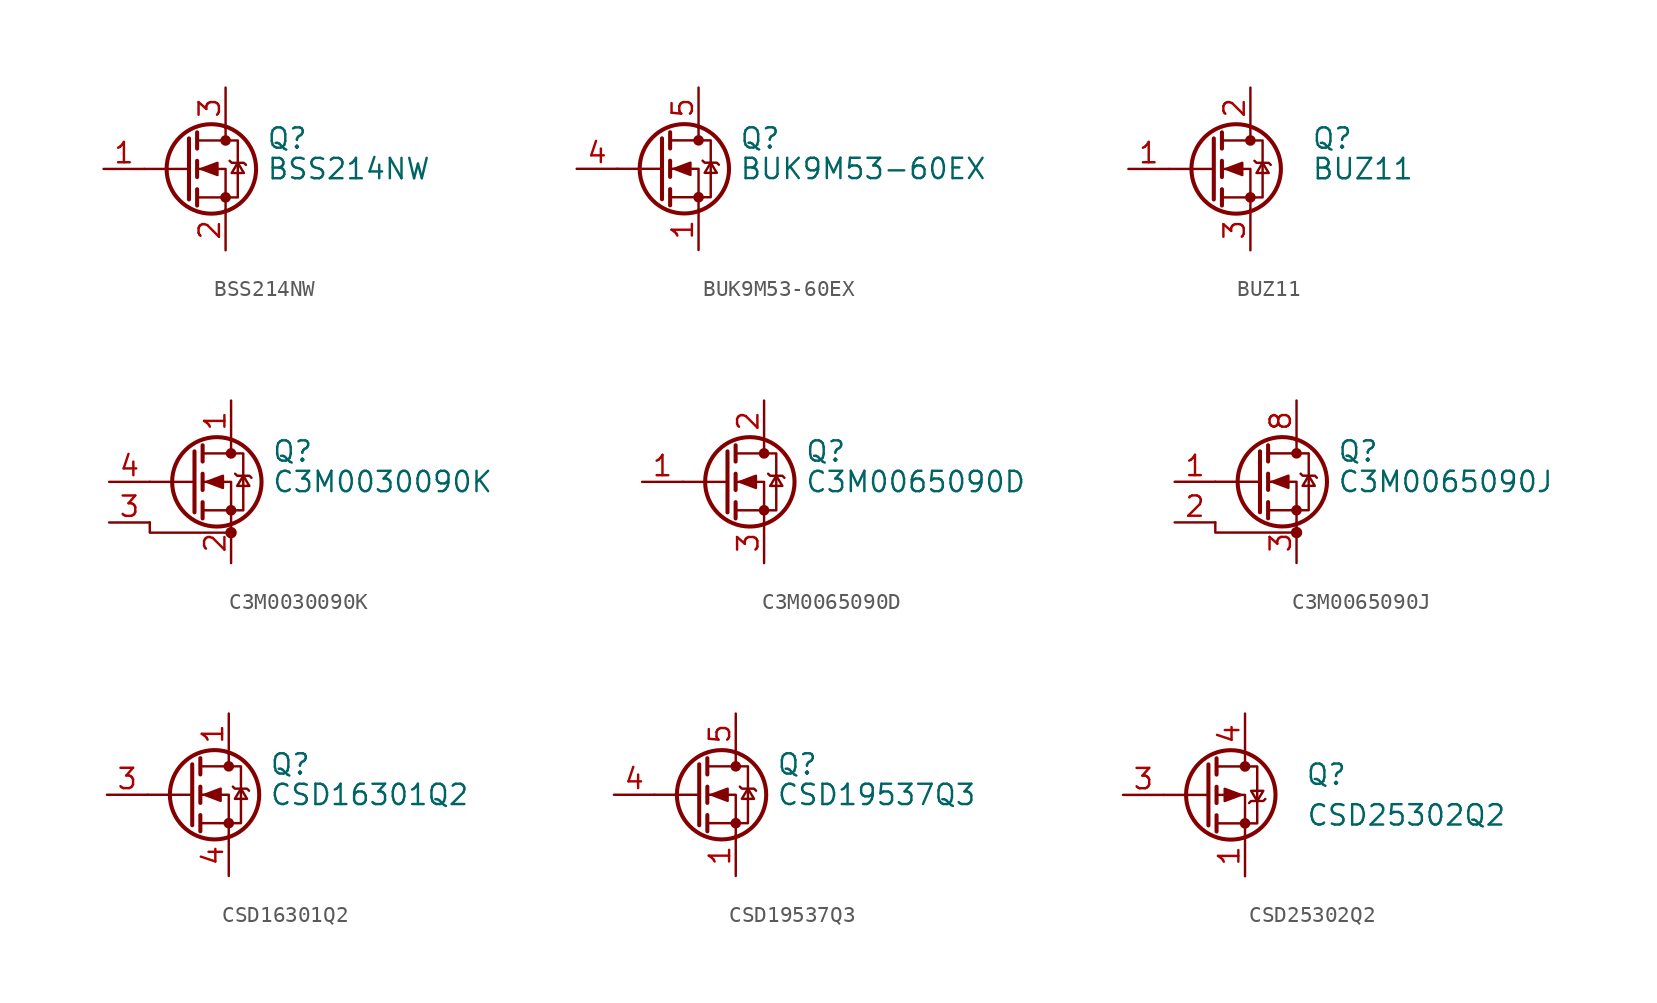
<source format=kicad_sym>
(kicad_symbol_lib
  (version 20210619)
  (generator kicad_symbol_editor)
  (symbol "Transistor_FET:BSS214NW"
    (pin_names hide)
    (property "Reference" "Q"
      (at 5.08 1.905 0)
      (effects (font (size 1.27 1.27)) (justify left)))
    (property "Value" "BSS214NW"
      (at 5.08 0 0)
      (effects (font (size 1.27 1.27)) (justify left)))
    (symbol "BSS214NW_0_1"
      (circle (center 1.651 0) (radius 2.794) (stroke (width 0.254)) (fill (type none)))
      (circle (center 2.54 -1.778) (radius 0.254) (stroke (width 0)) (fill (type outline)))
      (circle (center 2.54 1.778) (radius 0.254) (stroke (width 0)) (fill (type outline)))
      (polyline (pts (xy 0.254 0) (xy -2.54 0)) (stroke (width 0)) (fill (type none)))
      (polyline (pts (xy 0.254 1.905) (xy 0.254 -1.905)) (stroke (width 0.254)) (fill (type none)))
      (polyline (pts (xy 0.762 -1.27) (xy 0.762 -2.286)) (stroke (width 0.254)) (fill (type none)))
      (polyline (pts (xy 0.762 0.508) (xy 0.762 -0.508)) (stroke (width 0.254)) (fill (type none)))
      (polyline (pts (xy 0.762 2.286) (xy 0.762 1.27)) (stroke (width 0.254)) (fill (type none)))
      (polyline (pts (xy 2.54 2.54) (xy 2.54 1.778)) (stroke (width 0)) (fill (type none)))
      (polyline (pts (xy 2.54 -2.54) (xy 2.54 0) (xy 0.762 0)) (stroke (width 0)) (fill (type none)))
      (polyline (pts (xy 0.762 -1.778) (xy 3.302 -1.778) (xy 3.302 1.778) (xy 0.762 1.778)) (stroke (width 0)) (fill (type none)))
      (polyline (pts (xy 2.794 0.508) (xy 2.921 0.381) (xy 3.683 0.381) (xy 3.81 0.254)) (stroke (width 0)) (fill (type none)))
      (polyline (pts (xy 3.302 0.381) (xy 2.921 -0.254) (xy 3.683 -0.254) (xy 3.302 0.381)) (stroke (width 0)) (fill (type none)))
      (polyline (pts (xy 1.016 0) (xy 2.032 0.381) (xy 2.032 -0.381) (xy 1.016 0)) (stroke (width 0)) (fill (type outline))))
    (symbol "BSS214NW_1_1"
      (pin input line (at -5.08 0 0) (length 2.54) (name "G" (effects (font (size 1.27 1.27)))) (number "1" (effects (font (size 1.27 1.27)))))
      (pin passive line (at 2.54 -5.08 90) (length 2.54) (name "S" (effects (font (size 1.27 1.27)))) (number "2" (effects (font (size 1.27 1.27)))))
      (pin passive line (at 2.54 5.08 270) (length 2.54) (name "D" (effects (font (size 1.27 1.27)))) (number "3" (effects (font (size 1.27 1.27)))))))
  (symbol "Transistor_FET:BUK9M53-60EX"
    (pin_names hide)
    (property "Reference" "Q"
      (at 5.08 1.905 0)
      (effects (font (size 1.27 1.27)) (justify left)))
    (property "Value" "BUK9M53-60EX"
      (at 5.08 0 0)
      (effects (font (size 1.27 1.27)) (justify left)))
    (symbol "BUK9M53-60EX_0_1"
      (circle (center 1.651 0) (radius 2.794) (stroke (width 0.254)) (fill (type none)))
      (circle (center 2.54 -1.778) (radius 0.254) (stroke (width 0)) (fill (type outline)))
      (circle (center 2.54 1.778) (radius 0.254) (stroke (width 0)) (fill (type outline)))
      (polyline (pts (xy 0.254 0) (xy -2.54 0)) (stroke (width 0)) (fill (type none)))
      (polyline (pts (xy 0.254 1.905) (xy 0.254 -1.905)) (stroke (width 0.254)) (fill (type none)))
      (polyline (pts (xy 0.762 -1.27) (xy 0.762 -2.286)) (stroke (width 0.254)) (fill (type none)))
      (polyline (pts (xy 0.762 0.508) (xy 0.762 -0.508)) (stroke (width 0.254)) (fill (type none)))
      (polyline (pts (xy 0.762 2.286) (xy 0.762 1.27)) (stroke (width 0.254)) (fill (type none)))
      (polyline (pts (xy 2.54 2.54) (xy 2.54 1.778)) (stroke (width 0)) (fill (type none)))
      (polyline (pts (xy 2.54 -2.54) (xy 2.54 0) (xy 0.762 0)) (stroke (width 0)) (fill (type none)))
      (polyline (pts (xy 0.762 -1.778) (xy 3.302 -1.778) (xy 3.302 1.778) (xy 0.762 1.778)) (stroke (width 0)) (fill (type none)))
      (polyline (pts (xy 2.794 0.508) (xy 2.921 0.381) (xy 3.683 0.381) (xy 3.81 0.254)) (stroke (width 0)) (fill (type none)))
      (polyline (pts (xy 3.302 0.381) (xy 2.921 -0.254) (xy 3.683 -0.254) (xy 3.302 0.381)) (stroke (width 0)) (fill (type none)))
      (polyline (pts (xy 1.016 0) (xy 2.032 0.381) (xy 2.032 -0.381) (xy 1.016 0)) (stroke (width 0)) (fill (type outline))))
    (symbol "BUK9M53-60EX_1_1"
      (pin passive line (at 2.54 -5.08 90) (length 2.54) (name "S" (effects (font (size 1.27 1.27)))) (number "1" (effects (font (size 1.27 1.27)))))
      (pin passive line (at 2.54 -5.08 90) (length 2.54) hide (name "S" (effects (font (size 1.27 1.27)))) (number "2" (effects (font (size 1.27 1.27)))))
      (pin passive line (at 2.54 -5.08 90) (length 2.54) hide (name "S" (effects (font (size 1.27 1.27)))) (number "3" (effects (font (size 1.27 1.27)))))
      (pin passive line (at -5.08 0 0) (length 2.54) (name "G" (effects (font (size 1.27 1.27)))) (number "4" (effects (font (size 1.27 1.27)))))
      (pin passive line (at 2.54 5.08 270) (length 2.54) (name "D" (effects (font (size 1.27 1.27)))) (number "5" (effects (font (size 1.27 1.27)))))))
  (symbol "Transistor_FET:BUZ11"
    (pin_names hide)
    (property "Reference" "Q"
      (at 6.35 1.905 0)
      (effects (font (size 1.27 1.27)) (justify left)))
    (property "Value" "BUZ11"
      (at 6.35 0 0)
      (effects (font (size 1.27 1.27)) (justify left)))
    (symbol "BUZ11_0_1"
      (circle (center 1.651 0) (radius 2.794) (stroke (width 0.254)) (fill (type none)))
      (circle (center 2.54 -1.778) (radius 0.254) (stroke (width 0)) (fill (type outline)))
      (circle (center 2.54 1.778) (radius 0.254) (stroke (width 0)) (fill (type outline)))
      (polyline (pts (xy 0.254 0) (xy -2.54 0)) (stroke (width 0)) (fill (type none)))
      (polyline (pts (xy 0.254 1.905) (xy 0.254 -1.905)) (stroke (width 0.254)) (fill (type none)))
      (polyline (pts (xy 0.762 -1.27) (xy 0.762 -2.286)) (stroke (width 0.254)) (fill (type none)))
      (polyline (pts (xy 0.762 0.508) (xy 0.762 -0.508)) (stroke (width 0.254)) (fill (type none)))
      (polyline (pts (xy 0.762 2.286) (xy 0.762 1.27)) (stroke (width 0.254)) (fill (type none)))
      (polyline (pts (xy 2.54 2.54) (xy 2.54 1.778)) (stroke (width 0)) (fill (type none)))
      (polyline (pts (xy 2.54 -2.54) (xy 2.54 0) (xy 0.762 0)) (stroke (width 0)) (fill (type none)))
      (polyline (pts (xy 0.762 -1.778) (xy 3.302 -1.778) (xy 3.302 1.778) (xy 0.762 1.778)) (stroke (width 0)) (fill (type none)))
      (polyline (pts (xy 2.794 0.508) (xy 2.921 0.381) (xy 3.683 0.381) (xy 3.81 0.254)) (stroke (width 0)) (fill (type none)))
      (polyline (pts (xy 3.302 0.381) (xy 2.921 -0.254) (xy 3.683 -0.254) (xy 3.302 0.381)) (stroke (width 0)) (fill (type none)))
      (polyline (pts (xy 1.016 0) (xy 2.032 0.381) (xy 2.032 -0.381) (xy 1.016 0)) (stroke (width 0)) (fill (type outline))))
    (symbol "BUZ11_1_1"
      (pin input line (at -5.08 0 0) (length 2.54) (name "G" (effects (font (size 1.27 1.27)))) (number "1" (effects (font (size 1.27 1.27)))))
      (pin passive line (at 2.54 5.08 270) (length 2.54) (name "D" (effects (font (size 1.27 1.27)))) (number "2" (effects (font (size 1.27 1.27)))))
      (pin passive line (at 2.54 -5.08 90) (length 2.54) (name "S" (effects (font (size 1.27 1.27)))) (number "3" (effects (font (size 1.27 1.27)))))))
  (symbol "Transistor_FET:C3M0030090K"
    (pin_names hide)
    (property "Reference" "Q"
      (at 5.08 1.905 0)
      (effects (font (size 1.27 1.27)) (justify left)))
    (property "Value" "C3M0030090K"
      (at 5.08 0 0)
      (effects (font (size 1.27 1.27)) (justify left)))
    (symbol "C3M0030090K_0_1"
      (circle (center 1.651 0) (radius 2.794) (stroke (width 0.254)) (fill (type none)))
      (circle (center 2.54 -3.175) (radius 0.279) (stroke (width 0)) (fill (type outline)))
      (circle (center 2.54 -1.778) (radius 0.254) (stroke (width 0)) (fill (type outline)))
      (circle (center 2.54 1.778) (radius 0.254) (stroke (width 0)) (fill (type outline)))
      (polyline (pts (xy 0.254 0) (xy -2.54 0)) (stroke (width 0)) (fill (type none)))
      (polyline (pts (xy 0.254 1.905) (xy 0.254 -1.905)) (stroke (width 0.254)) (fill (type none)))
      (polyline (pts (xy 0.762 -1.27) (xy 0.762 -2.286)) (stroke (width 0.254)) (fill (type none)))
      (polyline (pts (xy 0.762 0.508) (xy 0.762 -0.508)) (stroke (width 0.254)) (fill (type none)))
      (polyline (pts (xy 0.762 2.286) (xy 0.762 1.27)) (stroke (width 0.254)) (fill (type none)))
      (polyline (pts (xy 2.54 2.54) (xy 2.54 1.778)) (stroke (width 0)) (fill (type none)))
      (polyline (pts (xy -2.54 -2.54) (xy -2.54 -3.175) (xy 2.54 -3.175)) (stroke (width 0)) (fill (type none)))
      (polyline (pts (xy 2.54 -2.54) (xy 2.54 0) (xy 0.762 0)) (stroke (width 0)) (fill (type none)))
      (polyline (pts (xy 0.762 -1.778) (xy 3.302 -1.778) (xy 3.302 1.778) (xy 0.762 1.778)) (stroke (width 0)) (fill (type none)))
      (polyline (pts (xy 2.794 0.508) (xy 2.921 0.381) (xy 3.683 0.381) (xy 3.81 0.254)) (stroke (width 0)) (fill (type none)))
      (polyline (pts (xy 3.302 0.381) (xy 2.921 -0.254) (xy 3.683 -0.254) (xy 3.302 0.381)) (stroke (width 0)) (fill (type none)))
      (polyline (pts (xy 1.016 0) (xy 2.032 0.381) (xy 2.032 -0.381) (xy 1.016 0)) (stroke (width 0)) (fill (type outline))))
    (symbol "C3M0030090K_1_1"
      (pin passive line (at 2.54 5.08 270) (length 2.54) (name "D" (effects (font (size 1.27 1.27)))) (number "1" (effects (font (size 1.27 1.27)))))
      (pin passive line (at 2.54 -5.08 90) (length 2.54) (name "S" (effects (font (size 1.27 1.27)))) (number "2" (effects (font (size 1.27 1.27)))))
      (pin passive line (at -5.08 -2.54 0) (length 2.54) (name "DS" (effects (font (size 1.27 1.27)))) (number "3" (effects (font (size 1.27 1.27)))))
      (pin input line (at -5.08 0 0) (length 2.54) (name "G" (effects (font (size 1.27 1.27)))) (number "4" (effects (font (size 1.27 1.27)))))))
  (symbol "Transistor_FET:C3M0065090D"
    (pin_names hide)
    (property "Reference" "Q"
      (at 5.08 1.905 0)
      (effects (font (size 1.27 1.27)) (justify left)))
    (property "Value" "C3M0065090D"
      (at 5.08 0 0)
      (effects (font (size 1.27 1.27)) (justify left)))
    (symbol "C3M0065090D_0_1"
      (circle (center 1.651 0) (radius 2.794) (stroke (width 0.254)) (fill (type none)))
      (circle (center 2.54 -1.778) (radius 0.254) (stroke (width 0)) (fill (type outline)))
      (circle (center 2.54 1.778) (radius 0.254) (stroke (width 0)) (fill (type outline)))
      (polyline (pts (xy 0.254 0) (xy -2.54 0)) (stroke (width 0)) (fill (type none)))
      (polyline (pts (xy 0.254 1.905) (xy 0.254 -1.905)) (stroke (width 0.254)) (fill (type none)))
      (polyline (pts (xy 0.762 -1.27) (xy 0.762 -2.286)) (stroke (width 0.254)) (fill (type none)))
      (polyline (pts (xy 0.762 0.508) (xy 0.762 -0.508)) (stroke (width 0.254)) (fill (type none)))
      (polyline (pts (xy 0.762 2.286) (xy 0.762 1.27)) (stroke (width 0.254)) (fill (type none)))
      (polyline (pts (xy 2.54 2.54) (xy 2.54 1.778)) (stroke (width 0)) (fill (type none)))
      (polyline (pts (xy 2.54 -2.54) (xy 2.54 0) (xy 0.762 0)) (stroke (width 0)) (fill (type none)))
      (polyline (pts (xy 0.762 -1.778) (xy 3.302 -1.778) (xy 3.302 1.778) (xy 0.762 1.778)) (stroke (width 0)) (fill (type none)))
      (polyline (pts (xy 2.794 0.508) (xy 2.921 0.381) (xy 3.683 0.381) (xy 3.81 0.254)) (stroke (width 0)) (fill (type none)))
      (polyline (pts (xy 3.302 0.381) (xy 2.921 -0.254) (xy 3.683 -0.254) (xy 3.302 0.381)) (stroke (width 0)) (fill (type none)))
      (polyline (pts (xy 1.016 0) (xy 2.032 0.381) (xy 2.032 -0.381) (xy 1.016 0)) (stroke (width 0)) (fill (type outline))))
    (symbol "C3M0065090D_1_1"
      (pin input line (at -5.08 0 0) (length 2.54) (name "G" (effects (font (size 1.27 1.27)))) (number "1" (effects (font (size 1.27 1.27)))))
      (pin passive line (at 2.54 5.08 270) (length 2.54) (name "D" (effects (font (size 1.27 1.27)))) (number "2" (effects (font (size 1.27 1.27)))))
      (pin passive line (at 2.54 -5.08 90) (length 2.54) (name "S" (effects (font (size 1.27 1.27)))) (number "3" (effects (font (size 1.27 1.27)))))))
  (symbol "Transistor_FET:C3M0065090J"
    (pin_names hide)
    (property "Reference" "Q"
      (at 5.08 1.905 0)
      (effects (font (size 1.27 1.27)) (justify left)))
    (property "Value" "C3M0065090J"
      (at 5.08 0 0)
      (effects (font (size 1.27 1.27)) (justify left)))
    (symbol "C3M0065090J_0_1"
      (circle (center 1.651 0) (radius 2.794) (stroke (width 0.254)) (fill (type none)))
      (circle (center 2.54 -3.175) (radius 0.279) (stroke (width 0)) (fill (type outline)))
      (circle (center 2.54 -1.778) (radius 0.254) (stroke (width 0)) (fill (type outline)))
      (circle (center 2.54 1.778) (radius 0.254) (stroke (width 0)) (fill (type outline)))
      (polyline (pts (xy 0.254 0) (xy -2.54 0)) (stroke (width 0)) (fill (type none)))
      (polyline (pts (xy 0.254 1.905) (xy 0.254 -1.905)) (stroke (width 0.254)) (fill (type none)))
      (polyline (pts (xy 0.762 -1.27) (xy 0.762 -2.286)) (stroke (width 0.254)) (fill (type none)))
      (polyline (pts (xy 0.762 0.508) (xy 0.762 -0.508)) (stroke (width 0.254)) (fill (type none)))
      (polyline (pts (xy 0.762 2.286) (xy 0.762 1.27)) (stroke (width 0.254)) (fill (type none)))
      (polyline (pts (xy 2.54 2.54) (xy 2.54 1.778)) (stroke (width 0)) (fill (type none)))
      (polyline (pts (xy -2.54 -2.54) (xy -2.54 -3.175) (xy 2.54 -3.175)) (stroke (width 0)) (fill (type none)))
      (polyline (pts (xy 2.54 -2.54) (xy 2.54 0) (xy 0.762 0)) (stroke (width 0)) (fill (type none)))
      (polyline (pts (xy 0.762 -1.778) (xy 3.302 -1.778) (xy 3.302 1.778) (xy 0.762 1.778)) (stroke (width 0)) (fill (type none)))
      (polyline (pts (xy 2.794 0.508) (xy 2.921 0.381) (xy 3.683 0.381) (xy 3.81 0.254)) (stroke (width 0)) (fill (type none)))
      (polyline (pts (xy 3.302 0.381) (xy 2.921 -0.254) (xy 3.683 -0.254) (xy 3.302 0.381)) (stroke (width 0)) (fill (type none)))
      (polyline (pts (xy 1.016 0) (xy 2.032 0.381) (xy 2.032 -0.381) (xy 1.016 0)) (stroke (width 0)) (fill (type outline))))
    (symbol "C3M0065090J_1_1"
      (pin input line (at -5.08 0 0) (length 2.54) (name "G" (effects (font (size 1.27 1.27)))) (number "1" (effects (font (size 1.27 1.27)))))
      (pin passive line (at -5.08 -2.54 0) (length 2.54) (name "DS" (effects (font (size 1.27 1.27)))) (number "2" (effects (font (size 1.27 1.27)))))
      (pin passive line (at 2.54 -5.08 90) (length 2.54) (name "S" (effects (font (size 1.27 1.27)))) (number "3" (effects (font (size 1.27 1.27)))))
      (pin passive line (at 2.54 -5.08 90) (length 2.54) hide (name "S" (effects (font (size 1.27 1.27)))) (number "4" (effects (font (size 1.27 1.27)))))
      (pin passive line (at 2.54 -5.08 90) (length 2.54) hide (name "S" (effects (font (size 1.27 1.27)))) (number "5" (effects (font (size 1.27 1.27)))))
      (pin passive line (at 2.54 -5.08 90) (length 2.54) hide (name "S" (effects (font (size 1.27 1.27)))) (number "6" (effects (font (size 1.27 1.27)))))
      (pin passive line (at 2.54 -5.08 90) (length 2.54) hide (name "S" (effects (font (size 1.27 1.27)))) (number "7" (effects (font (size 1.27 1.27)))))
      (pin passive line (at 2.54 5.08 270) (length 2.54) (name "D" (effects (font (size 1.27 1.27)))) (number "8" (effects (font (size 1.27 1.27)))))))
  (symbol "Transistor_FET:CSD16301Q2"
    (pin_names hide)
    (property "Reference" "Q"
      (at 5.08 1.905 0)
      (effects (font (size 1.27 1.27)) (justify left)))
    (property "Value" "CSD16301Q2"
      (at 5.08 0 0)
      (effects (font (size 1.27 1.27)) (justify left)))
    (symbol "CSD16301Q2_0_1"
      (circle (center 1.651 0) (radius 2.794) (stroke (width 0.254)) (fill (type none)))
      (circle (center 2.54 -1.778) (radius 0.254) (stroke (width 0)) (fill (type outline)))
      (circle (center 2.54 1.778) (radius 0.254) (stroke (width 0)) (fill (type outline)))
      (polyline (pts (xy 0.254 0) (xy -2.54 0)) (stroke (width 0)) (fill (type none)))
      (polyline (pts (xy 0.254 1.905) (xy 0.254 -1.905)) (stroke (width 0.254)) (fill (type none)))
      (polyline (pts (xy 0.762 -1.27) (xy 0.762 -2.286)) (stroke (width 0.254)) (fill (type none)))
      (polyline (pts (xy 0.762 0.508) (xy 0.762 -0.508)) (stroke (width 0.254)) (fill (type none)))
      (polyline (pts (xy 0.762 2.286) (xy 0.762 1.27)) (stroke (width 0.254)) (fill (type none)))
      (polyline (pts (xy 2.54 2.54) (xy 2.54 1.778)) (stroke (width 0)) (fill (type none)))
      (polyline (pts (xy 2.54 -2.54) (xy 2.54 0) (xy 0.762 0)) (stroke (width 0)) (fill (type none)))
      (polyline (pts (xy 0.762 -1.778) (xy 3.302 -1.778) (xy 3.302 1.778) (xy 0.762 1.778)) (stroke (width 0)) (fill (type none)))
      (polyline (pts (xy 2.794 0.508) (xy 2.921 0.381) (xy 3.683 0.381) (xy 3.81 0.254)) (stroke (width 0)) (fill (type none)))
      (polyline (pts (xy 3.302 0.381) (xy 2.921 -0.254) (xy 3.683 -0.254) (xy 3.302 0.381)) (stroke (width 0)) (fill (type none)))
      (polyline (pts (xy 1.016 0) (xy 2.032 0.381) (xy 2.032 -0.381) (xy 1.016 0)) (stroke (width 0)) (fill (type outline))))
    (symbol "CSD16301Q2_1_1"
      (pin passive line (at 2.54 5.08 270) (length 2.54) (name "D" (effects (font (size 1.27 1.27)))) (number "1" (effects (font (size 1.27 1.27)))))
      (pin passive line (at 2.54 5.08 270) (length 2.54) hide (name "D" (effects (font (size 1.27 1.27)))) (number "2" (effects (font (size 1.27 1.27)))))
      (pin passive line (at -5.08 0 0) (length 2.54) (name "G" (effects (font (size 1.27 1.27)))) (number "3" (effects (font (size 1.27 1.27)))))
      (pin passive line (at 2.54 -5.08 90) (length 2.54) (name "S" (effects (font (size 1.27 1.27)))) (number "4" (effects (font (size 1.27 1.27)))))
      (pin passive line (at 2.54 5.08 270) (length 2.54) hide (name "D" (effects (font (size 1.27 1.27)))) (number "5" (effects (font (size 1.27 1.27)))))
      (pin passive line (at 2.54 5.08 270) (length 2.54) hide (name "D" (effects (font (size 1.27 1.27)))) (number "6" (effects (font (size 1.27 1.27)))))
      (pin passive line (at 2.54 -5.08 90) (length 2.54) hide (name "S" (effects (font (size 1.27 1.27)))) (number "7" (effects (font (size 1.27 1.27)))))
      (pin passive line (at 2.54 5.08 270) (length 2.54) hide (name "D" (effects (font (size 1.27 1.27)))) (number "8" (effects (font (size 1.27 1.27)))))))
  (symbol "Transistor_FET:CSD19537Q3"
    (pin_names hide)
    (property "Reference" "Q"
      (at 5.08 1.905 0)
      (effects (font (size 1.27 1.27)) (justify left)))
    (property "Value" "CSD19537Q3"
      (at 5.08 0 0)
      (effects (font (size 1.27 1.27)) (justify left)))
    (symbol "CSD19537Q3_0_1"
      (circle (center 1.651 0) (radius 2.794) (stroke (width 0.254)) (fill (type none)))
      (circle (center 2.54 -1.778) (radius 0.254) (stroke (width 0)) (fill (type outline)))
      (circle (center 2.54 1.778) (radius 0.254) (stroke (width 0)) (fill (type outline)))
      (polyline (pts (xy 0.254 0) (xy -2.54 0)) (stroke (width 0)) (fill (type none)))
      (polyline (pts (xy 0.254 1.905) (xy 0.254 -1.905)) (stroke (width 0.254)) (fill (type none)))
      (polyline (pts (xy 0.762 -1.27) (xy 0.762 -2.286)) (stroke (width 0.254)) (fill (type none)))
      (polyline (pts (xy 0.762 0.508) (xy 0.762 -0.508)) (stroke (width 0.254)) (fill (type none)))
      (polyline (pts (xy 0.762 2.286) (xy 0.762 1.27)) (stroke (width 0.254)) (fill (type none)))
      (polyline (pts (xy 2.54 2.54) (xy 2.54 1.778)) (stroke (width 0)) (fill (type none)))
      (polyline (pts (xy 2.54 -2.54) (xy 2.54 0) (xy 0.762 0)) (stroke (width 0)) (fill (type none)))
      (polyline (pts (xy 0.762 -1.778) (xy 3.302 -1.778) (xy 3.302 1.778) (xy 0.762 1.778)) (stroke (width 0)) (fill (type none)))
      (polyline (pts (xy 2.794 0.508) (xy 2.921 0.381) (xy 3.683 0.381) (xy 3.81 0.254)) (stroke (width 0)) (fill (type none)))
      (polyline (pts (xy 3.302 0.381) (xy 2.921 -0.254) (xy 3.683 -0.254) (xy 3.302 0.381)) (stroke (width 0)) (fill (type none)))
      (polyline (pts (xy 1.016 0) (xy 2.032 0.381) (xy 2.032 -0.381) (xy 1.016 0)) (stroke (width 0)) (fill (type outline))))
    (symbol "CSD19537Q3_1_1"
      (pin passive line (at 2.54 -5.08 90) (length 2.54) (name "S" (effects (font (size 1.27 1.27)))) (number "1" (effects (font (size 1.27 1.27)))))
      (pin passive line (at 2.54 -5.08 90) (length 2.54) hide (name "S" (effects (font (size 1.27 1.27)))) (number "2" (effects (font (size 1.27 1.27)))))
      (pin passive line (at 2.54 -5.08 90) (length 2.54) hide (name "S" (effects (font (size 1.27 1.27)))) (number "3" (effects (font (size 1.27 1.27)))))
      (pin passive line (at -5.08 0 0) (length 2.54) (name "G" (effects (font (size 1.27 1.27)))) (number "4" (effects (font (size 1.27 1.27)))))
      (pin passive line (at 2.54 5.08 270) (length 2.54) (name "D" (effects (font (size 1.27 1.27)))) (number "5" (effects (font (size 1.27 1.27)))))))
  (symbol "Transistor_FET:CSD25302Q2"
    (pin_names hide)
    (property "Reference" "Q"
      (at 5.08 1.27 0)
      (effects (font (size 1.27 1.27))))
    (property "Value" "CSD25302Q2"
      (at 3.81 -1.27 0)
      (effects (font (size 1.27 1.27)) (justify left)))
    (symbol "CSD25302Q2_0_1"
      (circle (center -0.889 0) (radius 2.794) (stroke (width 0.254)) (fill (type none)))
      (circle (center 0 -1.778) (radius 0.254) (stroke (width 0)) (fill (type outline)))
      (circle (center 0 1.778) (radius 0.254) (stroke (width 0)) (fill (type outline)))
      (polyline (pts (xy -2.286 0) (xy -5.08 0)) (stroke (width 0)) (fill (type none)))
      (polyline (pts (xy -2.286 1.905) (xy -2.286 -1.905)) (stroke (width 0.254)) (fill (type none)))
      (polyline (pts (xy -1.778 -1.27) (xy -1.778 -2.286)) (stroke (width 0.254)) (fill (type none)))
      (polyline (pts (xy -1.778 0.508) (xy -1.778 -0.508)) (stroke (width 0.254)) (fill (type none)))
      (polyline (pts (xy -1.778 2.286) (xy -1.778 1.27)) (stroke (width 0.254)) (fill (type none)))
      (polyline (pts (xy 0 2.54) (xy 0 1.778)) (stroke (width 0)) (fill (type none)))
      (polyline (pts (xy 0 -2.54) (xy 0 0) (xy -1.778 0)) (stroke (width 0)) (fill (type none)))
      (polyline (pts (xy -1.778 1.778) (xy 0.762 1.778) (xy 0.762 -1.778) (xy -1.778 -1.778)) (stroke (width 0)) (fill (type none)))
      (polyline (pts (xy 0.254 -0.508) (xy 0.381 -0.381) (xy 1.143 -0.381) (xy 1.27 -0.254)) (stroke (width 0)) (fill (type none)))
      (polyline (pts (xy 0.762 -0.381) (xy 0.381 0.254) (xy 1.143 0.254) (xy 0.762 -0.381)) (stroke (width 0)) (fill (type none)))
      (polyline (pts (xy -0.254 0) (xy -1.27 0.381) (xy -1.27 -0.381) (xy -0.254 0)) (stroke (width 0)) (fill (type outline))))
    (symbol "CSD25302Q2_1_1"
      (pin passive line (at 0 -5.08 90) (length 2.54) (name "S" (effects (font (size 1.27 1.27)))) (number "1" (effects (font (size 1.27 1.27)))))
      (pin passive line (at 0 -5.08 90) (length 2.54) hide (name "S" (effects (font (size 1.27 1.27)))) (number "2" (effects (font (size 1.27 1.27)))))
      (pin passive line (at -7.62 0 0) (length 2.54) (name "G" (effects (font (size 1.27 1.27)))) (number "3" (effects (font (size 1.27 1.27)))))
      (pin passive line (at 0 5.08 270) (length 2.54) (name "D" (effects (font (size 1.27 1.27)))) (number "4" (effects (font (size 1.27 1.27)))))
      (pin passive line (at 0 -5.08 90) (length 2.54) hide (name "S" (effects (font (size 1.27 1.27)))) (number "5" (effects (font (size 1.27 1.27)))))
      (pin passive line (at 0 -5.08 90) (length 2.54) hide (name "S" (effects (font (size 1.27 1.27)))) (number "6" (effects (font (size 1.27 1.27)))))
      (pin passive line (at 0 5.08 270) (length 2.54) hide (name "D" (effects (font (size 1.27 1.27)))) (number "7" (effects (font (size 1.27 1.27)))))
      (pin passive line (at 0 -5.08 90) (length 2.54) hide (name "S" (effects (font (size 1.27 1.27)))) (number "8" (effects (font (size 1.27 1.27))))))))
</source>
